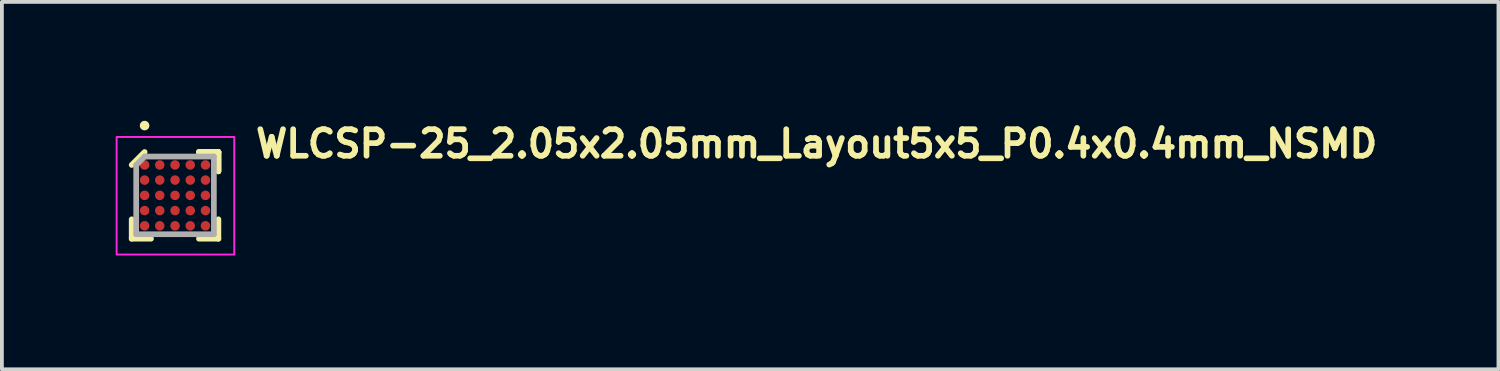
<source format=kicad_pcb>
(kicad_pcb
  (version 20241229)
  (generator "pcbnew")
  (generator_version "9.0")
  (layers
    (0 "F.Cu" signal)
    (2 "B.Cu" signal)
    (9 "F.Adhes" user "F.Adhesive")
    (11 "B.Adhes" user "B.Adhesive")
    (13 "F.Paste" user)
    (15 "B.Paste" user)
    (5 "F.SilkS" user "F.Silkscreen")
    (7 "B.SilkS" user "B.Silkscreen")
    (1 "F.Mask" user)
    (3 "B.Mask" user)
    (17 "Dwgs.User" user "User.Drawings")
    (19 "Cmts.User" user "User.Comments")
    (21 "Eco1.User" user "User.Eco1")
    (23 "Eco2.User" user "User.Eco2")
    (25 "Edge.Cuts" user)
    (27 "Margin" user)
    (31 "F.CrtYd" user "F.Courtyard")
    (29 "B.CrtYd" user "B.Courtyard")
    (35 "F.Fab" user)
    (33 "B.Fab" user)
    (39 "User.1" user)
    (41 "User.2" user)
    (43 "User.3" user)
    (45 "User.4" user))
  (footprint "WLCSP-25_2.05x2.05mm_Layout5x5_P0.4x0.4mm_NSMD"
    (layer "F.Cu")
    (at 1.576 2.112)
    (property "Reference" "WLCSP-25_2.05x2.05mm_Layout5x5_P0.4x0.4mm_NSMD" (at 2.038 -0.962 0) (layer "F.SilkS") (effects (font (size 0.7 0.7) (thickness 0.15)) (justify left bottom)))
    (attr smd)
    (fp_line (start -1.154 1.132) (end -1.154 0.62) (stroke (width 0.15) (type solid)) (layer "F.SilkS"))
    (fp_line (start -0.813 -1.154) (end -1.154 -0.813) (stroke (width 0.15) (type solid)) (layer "F.SilkS"))
    (fp_line (start -0.645 1.132) (end -1.154 1.132) (stroke (width 0.15) (type solid)) (layer "F.SilkS"))
    (fp_line (start 0.62 -1.154) (end 1.132 -1.154) (stroke (width 0.15) (type solid)) (layer "F.SilkS"))
    (fp_line (start 0.62 -1.154) (end 1.132 -1.154) (stroke (width 0.15) (type solid)) (layer "F.SilkS"))
    (fp_line (start 0.62 -1.154) (end 1.132 -1.154) (stroke (width 0.15) (type solid)) (layer "F.SilkS"))
    (fp_line (start 0.62 1.132) (end 1.132 1.132) (stroke (width 0.15) (type solid)) (layer "F.SilkS"))
    (fp_line (start 1.132 -1.154) (end 1.132 -0.645) (stroke (width 0.15) (type solid)) (layer "F.SilkS"))
    (fp_line (start 1.132 -1.154) (end 1.132 -0.645) (stroke (width 0.15) (type solid)) (layer "F.SilkS"))
    (fp_line (start 1.132 -1.154) (end 1.132 -0.645) (stroke (width 0.15) (type solid)) (layer "F.SilkS"))
    (fp_line (start 1.132 1.132) (end 1.132 0.62) (stroke (width 0.15) (type solid)) (layer "F.SilkS"))
    (fp_circle (center -0.814 -1.851) (end -0.763 -1.851) (stroke (width 0.15) (type solid)) (fill yes) (layer "F.SilkS"))
    (fp_rect (start -1.551 -1.551) (end 1.55 1.55) (stroke (width 0.05) (type solid)) (fill no) (layer "F.CrtYd"))
    (fp_line (start -1.035 -0.813) (end -1.035 1.013) (stroke (width 0.15) (type solid)) (layer "F.Fab"))
    (fp_line (start -1.035 1.013) (end 1.013 1.013) (stroke (width 0.15) (type solid)) (layer "F.Fab"))
    (fp_line (start -0.813 -1.035) (end -1.035 -0.813) (stroke (width 0.15) (type solid)) (layer "F.Fab"))
    (fp_line (start 1.013 -1.035) (end -0.813 -1.035) (stroke (width 0.15) (type solid)) (layer "F.Fab"))
    (fp_line (start 1.013 1.013) (end 1.013 -1.035) (stroke (width 0.15) (type solid)) (layer "F.Fab"))
    (fp_rect (start -1.051 -1.051) (end 1.05 1.05) (stroke (width 0.1) (type solid)) (fill no) (layer "User.5"))
    (fp_rect (start -1.051 -1.051) (end 1.05 1.05) (stroke (width 0.1) (type solid)) (fill no) (layer "User.5"))
    (fp_line (start -1.051 -1.051) (end -1.051 1.05) (stroke (width 0.02) (type solid)) (layer "User.9"))
    (fp_line (start -1.051 -1.051) (end 1.05 -1.051) (stroke (width 0.02) (type solid)) (layer "User.9"))
    (fp_line (start -1.051 1.05) (end 1.05 1.05) (stroke (width 0.02) (type solid)) (layer "User.9"))
    (fp_line (start -0.951 -0.817) (end -0.951 -0.809) (stroke (width 0.02) (type solid)) (layer "User.9"))
    (fp_line (start -0.951 -0.809) (end -0.951 -0.802) (stroke (width 0.02) (type solid)) (layer "User.9"))
    (fp_line (start -0.951 -0.802) (end -0.951 -0.802) (stroke (width 0.02) (type solid)) (layer "User.9"))
    (fp_line (start -0.951 -0.802) (end -0.951 -0.802) (stroke (width 0.02) (type solid)) (layer "User.9"))
    (fp_line (start -0.951 -0.802) (end -0.951 -0.794) (stroke (width 0.02) (type solid)) (layer "User.9"))
    (fp_line (start -0.951 -0.794) (end -0.951 -0.786) (stroke (width 0.02) (type solid)) (layer "User.9"))
    (fp_line (start -0.951 -0.786) (end -0.95 -0.779) (stroke (width 0.02) (type solid)) (layer "User.9"))
    (fp_line (start -0.95 -0.824) (end -0.951 -0.817) (stroke (width 0.02) (type solid)) (layer "User.9"))
    (fp_line (start -0.95 -0.779) (end -0.948 -0.771) (stroke (width 0.02) (type solid)) (layer "User.9"))
    (fp_line (start -0.948 -0.832) (end -0.95 -0.824) (stroke (width 0.02) (type solid)) (layer "User.9"))
    (fp_line (start -0.948 -0.771) (end -0.947 -0.763) (stroke (width 0.02) (type solid)) (layer "User.9"))
    (fp_line (start -0.947 -0.838) (end -0.948 -0.832) (stroke (width 0.02) (type solid)) (layer "User.9"))
    (fp_line (start -0.947 -0.763) (end -0.945 -0.756) (stroke (width 0.02) (type solid)) (layer "User.9"))
    (fp_line (start -0.945 -0.845) (end -0.947 -0.838) (stroke (width 0.02) (type solid)) (layer "User.9"))
    (fp_line (start -0.945 -0.756) (end -0.942 -0.749) (stroke (width 0.02) (type solid)) (layer "User.9"))
    (fp_line (start -0.942 -0.852) (end -0.945 -0.845) (stroke (width 0.02) (type solid)) (layer "User.9"))
    (fp_line (start -0.942 -0.749) (end -0.94 -0.742) (stroke (width 0.02) (type solid)) (layer "User.9"))
    (fp_line (start -0.94 -0.859) (end -0.942 -0.852) (stroke (width 0.02) (type solid)) (layer "User.9"))
    (fp_line (start -0.94 -0.742) (end -0.937 -0.735) (stroke (width 0.02) (type solid)) (layer "User.9"))
    (fp_line (start -0.937 -0.866) (end -0.94 -0.859) (stroke (width 0.02) (type solid)) (layer "User.9"))
    (fp_line (start -0.937 -0.735) (end -0.933 -0.729) (stroke (width 0.02) (type solid)) (layer "User.9"))
    (fp_line (start -0.933 -0.872) (end -0.937 -0.866) (stroke (width 0.02) (type solid)) (layer "User.9"))
    (fp_line (start -0.933 -0.729) (end -0.93 -0.723) (stroke (width 0.02) (type solid)) (layer "User.9"))
    (fp_line (start -0.93 -0.878) (end -0.933 -0.872) (stroke (width 0.02) (type solid)) (layer "User.9"))
    (fp_line (start -0.93 -0.723) (end -0.926 -0.717) (stroke (width 0.02) (type solid)) (layer "User.9"))
    (fp_line (start -0.926 -0.884) (end -0.93 -0.878) (stroke (width 0.02) (type solid)) (layer "User.9"))
    (fp_line (start -0.926 -0.717) (end -0.922 -0.711) (stroke (width 0.02) (type solid)) (layer "User.9"))
    (fp_line (start -0.922 -0.89) (end -0.926 -0.884) (stroke (width 0.02) (type solid)) (layer "User.9"))
    (fp_line (start -0.922 -0.711) (end -0.917 -0.705) (stroke (width 0.02) (type solid)) (layer "User.9"))
    (fp_line (start -0.917 -0.896) (end -0.922 -0.89) (stroke (width 0.02) (type solid)) (layer "User.9"))
    (fp_line (start -0.917 -0.705) (end -0.913 -0.701) (stroke (width 0.02) (type solid)) (layer "User.9"))
    (fp_line (start -0.913 -0.902) (end -0.917 -0.896) (stroke (width 0.02) (type solid)) (layer "User.9"))
    (fp_line (start -0.913 -0.701) (end -0.908 -0.695) (stroke (width 0.02) (type solid)) (layer "User.9"))
    (fp_line (start -0.908 -0.908) (end -0.913 -0.902) (stroke (width 0.02) (type solid)) (layer "User.9"))
    (fp_line (start -0.908 -0.695) (end -0.902 -0.69) (stroke (width 0.02) (type solid)) (layer "User.9"))
    (fp_line (start -0.902 -0.913) (end -0.908 -0.908) (stroke (width 0.02) (type solid)) (layer "User.9"))
    (fp_line (start -0.902 -0.69) (end -0.896 -0.686) (stroke (width 0.02) (type solid)) (layer "User.9"))
    (fp_line (start -0.896 -0.917) (end -0.902 -0.913) (stroke (width 0.02) (type solid)) (layer "User.9"))
    (fp_line (start -0.896 -0.686) (end -0.89 -0.681) (stroke (width 0.02) (type solid)) (layer "User.9"))
    (fp_line (start -0.89 -0.922) (end -0.896 -0.917) (stroke (width 0.02) (type solid)) (layer "User.9"))
    (fp_line (start -0.89 -0.681) (end -0.884 -0.677) (stroke (width 0.02) (type solid)) (layer "User.9"))
    (fp_line (start -0.884 -0.926) (end -0.89 -0.922) (stroke (width 0.02) (type solid)) (layer "User.9"))
    (fp_line (start -0.884 -0.677) (end -0.878 -0.673) (stroke (width 0.02) (type solid)) (layer "User.9"))
    (fp_line (start -0.878 -0.93) (end -0.884 -0.926) (stroke (width 0.02) (type solid)) (layer "User.9"))
    (fp_line (start -0.878 -0.673) (end -0.872 -0.67) (stroke (width 0.02) (type solid)) (layer "User.9"))
    (fp_line (start -0.872 -0.933) (end -0.878 -0.93) (stroke (width 0.02) (type solid)) (layer "User.9"))
    (fp_line (start -0.872 -0.67) (end -0.866 -0.666) (stroke (width 0.02) (type solid)) (layer "User.9"))
    (fp_line (start -0.866 -0.937) (end -0.872 -0.933) (stroke (width 0.02) (type solid)) (layer "User.9"))
    (fp_line (start -0.866 -0.666) (end -0.859 -0.663) (stroke (width 0.02) (type solid)) (layer "User.9"))
    (fp_line (start -0.859 -0.94) (end -0.866 -0.937) (stroke (width 0.02) (type solid)) (layer "User.9"))
    (fp_line (start -0.859 -0.663) (end -0.852 -0.661) (stroke (width 0.02) (type solid)) (layer "User.9"))
    (fp_line (start -0.852 -0.942) (end -0.859 -0.94) (stroke (width 0.02) (type solid)) (layer "User.9"))
    (fp_line (start -0.852 -0.661) (end -0.845 -0.658) (stroke (width 0.02) (type solid)) (layer "User.9"))
    (fp_line (start -0.845 -0.945) (end -0.852 -0.942) (stroke (width 0.02) (type solid)) (layer "User.9"))
    (fp_line (start -0.845 -0.658) (end -0.838 -0.656) (stroke (width 0.02) (type solid)) (layer "User.9"))
    (fp_line (start -0.838 -0.947) (end -0.845 -0.945) (stroke (width 0.02) (type solid)) (layer "User.9"))
    (fp_line (start -0.838 -0.656) (end -0.832 -0.655) (stroke (width 0.02) (type solid)) (layer "User.9"))
    (fp_line (start -0.832 -0.948) (end -0.838 -0.947) (stroke (width 0.02) (type solid)) (layer "User.9"))
    (fp_line (start -0.832 -0.655) (end -0.824 -0.653) (stroke (width 0.02) (type solid)) (layer "User.9"))
    (fp_line (start -0.824 -0.95) (end -0.832 -0.948) (stroke (width 0.02) (type solid)) (layer "User.9"))
    (fp_line (start -0.824 -0.653) (end -0.817 -0.652) (stroke (width 0.02) (type solid)) (layer "User.9"))
    (fp_line (start -0.817 -0.951) (end -0.824 -0.95) (stroke (width 0.02) (type solid)) (layer "User.9"))
    (fp_line (start -0.817 -0.652) (end -0.809 -0.652) (stroke (width 0.02) (type solid)) (layer "User.9"))
    (fp_line (start -0.809 -0.951) (end -0.817 -0.951) (stroke (width 0.02) (type solid)) (layer "User.9"))
    (fp_line (start -0.809 -0.652) (end -0.802 -0.652) (stroke (width 0.02) (type solid)) (layer "User.9"))
    (fp_line (start -0.802 -0.951) (end -0.809 -0.951) (stroke (width 0.02) (type solid)) (layer "User.9"))
    (fp_line (start -0.802 -0.951) (end -0.802 -0.951) (stroke (width 0.02) (type solid)) (layer "User.9"))
    (fp_line (start -0.802 -0.652) (end -0.802 -0.652) (stroke (width 0.02) (type solid)) (layer "User.9"))
    (fp_line (start -0.802 -0.652) (end -0.794 -0.652) (stroke (width 0.02) (type solid)) (layer "User.9"))
    (fp_line (start -0.794 -0.951) (end -0.802 -0.951) (stroke (width 0.02) (type solid)) (layer "User.9"))
    (fp_line (start -0.794 -0.652) (end -0.786 -0.652) (stroke (width 0.02) (type solid)) (layer "User.9"))
    (fp_line (start -0.786 -0.951) (end -0.794 -0.951) (stroke (width 0.02) (type solid)) (layer "User.9"))
    (fp_line (start -0.786 -0.652) (end -0.779 -0.653) (stroke (width 0.02) (type solid)) (layer "User.9"))
    (fp_line (start -0.779 -0.95) (end -0.786 -0.951) (stroke (width 0.02) (type solid)) (layer "User.9"))
    (fp_line (start -0.779 -0.653) (end -0.771 -0.655) (stroke (width 0.02) (type solid)) (layer "User.9"))
    (fp_line (start -0.771 -0.948) (end -0.779 -0.95) (stroke (width 0.02) (type solid)) (layer "User.9"))
    (fp_line (start -0.771 -0.655) (end -0.763 -0.656) (stroke (width 0.02) (type solid)) (layer "User.9"))
    (fp_line (start -0.763 -0.947) (end -0.771 -0.948) (stroke (width 0.02) (type solid)) (layer "User.9"))
    (fp_line (start -0.763 -0.656) (end -0.756 -0.658) (stroke (width 0.02) (type solid)) (layer "User.9"))
    (fp_line (start -0.756 -0.945) (end -0.763 -0.947) (stroke (width 0.02) (type solid)) (layer "User.9"))
    (fp_line (start -0.756 -0.658) (end -0.749 -0.661) (stroke (width 0.02) (type solid)) (layer "User.9"))
    (fp_line (start -0.749 -0.942) (end -0.756 -0.945) (stroke (width 0.02) (type solid)) (layer "User.9"))
    (fp_line (start -0.749 -0.661) (end -0.742 -0.663) (stroke (width 0.02) (type solid)) (layer "User.9"))
    (fp_line (start -0.742 -0.94) (end -0.749 -0.942) (stroke (width 0.02) (type solid)) (layer "User.9"))
    (fp_line (start -0.742 -0.663) (end -0.735 -0.666) (stroke (width 0.02) (type solid)) (layer "User.9"))
    (fp_line (start -0.735 -0.937) (end -0.742 -0.94) (stroke (width 0.02) (type solid)) (layer "User.9"))
    (fp_line (start -0.735 -0.666) (end -0.729 -0.67) (stroke (width 0.02) (type solid)) (layer "User.9"))
    (fp_line (start -0.729 -0.933) (end -0.735 -0.937) (stroke (width 0.02) (type solid)) (layer "User.9"))
    (fp_line (start -0.729 -0.67) (end -0.723 -0.673) (stroke (width 0.02) (type solid)) (layer "User.9"))
    (fp_line (start -0.723 -0.93) (end -0.729 -0.933) (stroke (width 0.02) (type solid)) (layer "User.9"))
    (fp_line (start -0.723 -0.673) (end -0.717 -0.677) (stroke (width 0.02) (type solid)) (layer "User.9"))
    (fp_line (start -0.717 -0.926) (end -0.723 -0.93) (stroke (width 0.02) (type solid)) (layer "User.9"))
    (fp_line (start -0.717 -0.677) (end -0.711 -0.681) (stroke (width 0.02) (type solid)) (layer "User.9"))
    (fp_line (start -0.711 -0.922) (end -0.717 -0.926) (stroke (width 0.02) (type solid)) (layer "User.9"))
    (fp_line (start -0.711 -0.681) (end -0.705 -0.686) (stroke (width 0.02) (type solid)) (layer "User.9"))
    (fp_line (start -0.705 -0.917) (end -0.711 -0.922) (stroke (width 0.02) (type solid)) (layer "User.9"))
    (fp_line (start -0.705 -0.686) (end -0.701 -0.69) (stroke (width 0.02) (type solid)) (layer "User.9"))
    (fp_line (start -0.701 -0.913) (end -0.705 -0.917) (stroke (width 0.02) (type solid)) (layer "User.9"))
    (fp_line (start -0.701 -0.69) (end -0.695 -0.695) (stroke (width 0.02) (type solid)) (layer "User.9"))
    (fp_line (start -0.695 -0.908) (end -0.701 -0.913) (stroke (width 0.02) (type solid)) (layer "User.9"))
    (fp_line (start -0.695 -0.695) (end -0.69 -0.701) (stroke (width 0.02) (type solid)) (layer "User.9"))
    (fp_line (start -0.69 -0.902) (end -0.695 -0.908) (stroke (width 0.02) (type solid)) (layer "User.9"))
    (fp_line (start -0.69 -0.701) (end -0.686 -0.705) (stroke (width 0.02) (type solid)) (layer "User.9"))
    (fp_line (start -0.686 -0.896) (end -0.69 -0.902) (stroke (width 0.02) (type solid)) (layer "User.9"))
    (fp_line (start -0.686 -0.705) (end -0.681 -0.711) (stroke (width 0.02) (type solid)) (layer "User.9"))
    (fp_line (start -0.681 -0.89) (end -0.686 -0.896) (stroke (width 0.02) (type solid)) (layer "User.9"))
    (fp_line (start -0.681 -0.711) (end -0.677 -0.717) (stroke (width 0.02) (type solid)) (layer "User.9"))
    (fp_line (start -0.677 -0.884) (end -0.681 -0.89) (stroke (width 0.02) (type solid)) (layer "User.9"))
    (fp_line (start -0.677 -0.717) (end -0.673 -0.723) (stroke (width 0.02) (type solid)) (layer "User.9"))
    (fp_line (start -0.673 -0.878) (end -0.677 -0.884) (stroke (width 0.02) (type solid)) (layer "User.9"))
    (fp_line (start -0.673 -0.723) (end -0.67 -0.729) (stroke (width 0.02) (type solid)) (layer "User.9"))
    (fp_line (start -0.67 -0.872) (end -0.673 -0.878) (stroke (width 0.02) (type solid)) (layer "User.9"))
    (fp_line (start -0.67 -0.729) (end -0.666 -0.735) (stroke (width 0.02) (type solid)) (layer "User.9"))
    (fp_line (start -0.666 -0.866) (end -0.67 -0.872) (stroke (width 0.02) (type solid)) (layer "User.9"))
    (fp_line (start -0.666 -0.735) (end -0.663 -0.742) (stroke (width 0.02) (type solid)) (layer "User.9"))
    (fp_line (start -0.663 -0.859) (end -0.666 -0.866) (stroke (width 0.02) (type solid)) (layer "User.9"))
    (fp_line (start -0.663 -0.742) (end -0.661 -0.749) (stroke (width 0.02) (type solid)) (layer "User.9"))
    (fp_line (start -0.661 -0.852) (end -0.663 -0.859) (stroke (width 0.02) (type solid)) (layer "User.9"))
    (fp_line (start -0.661 -0.749) (end -0.658 -0.756) (stroke (width 0.02) (type solid)) (layer "User.9"))
    (fp_line (start -0.658 -0.845) (end -0.661 -0.852) (stroke (width 0.02) (type solid)) (layer "User.9"))
    (fp_line (start -0.658 -0.756) (end -0.656 -0.763) (stroke (width 0.02) (type solid)) (layer "User.9"))
    (fp_line (start -0.656 -0.838) (end -0.658 -0.845) (stroke (width 0.02) (type solid)) (layer "User.9"))
    (fp_line (start -0.656 -0.763) (end -0.655 -0.771) (stroke (width 0.02) (type solid)) (layer "User.9"))
    (fp_line (start -0.655 -0.832) (end -0.656 -0.838) (stroke (width 0.02) (type solid)) (layer "User.9"))
    (fp_line (start -0.655 -0.771) (end -0.653 -0.779) (stroke (width 0.02) (type solid)) (layer "User.9"))
    (fp_line (start -0.653 -0.824) (end -0.655 -0.832) (stroke (width 0.02) (type solid)) (layer "User.9"))
    (fp_line (start -0.653 -0.779) (end -0.652 -0.786) (stroke (width 0.02) (type solid)) (layer "User.9"))
    (fp_line (start -0.652 -0.817) (end -0.653 -0.824) (stroke (width 0.02) (type solid)) (layer "User.9"))
    (fp_line (start -0.652 -0.809) (end -0.652 -0.817) (stroke (width 0.02) (type solid)) (layer "User.9"))
    (fp_line (start -0.652 -0.802) (end -0.652 -0.809) (stroke (width 0.02) (type solid)) (layer "User.9"))
    (fp_line (start -0.652 -0.802) (end -0.652 -0.802) (stroke (width 0.02) (type solid)) (layer "User.9"))
    (fp_line (start -0.652 -0.794) (end -0.652 -0.802) (stroke (width 0.02) (type solid)) (layer "User.9"))
    (fp_line (start -0.652 -0.786) (end -0.652 -0.794) (stroke (width 0.02) (type solid)) (layer "User.9"))
    (fp_line (start 1.05 -1.051) (end 1.05 1.05) (stroke (width 0.02) (type solid)) (layer "User.9"))
    (pad "A1" smd circle (at -0.813 -0.813) (size 0.25 0.25) (layers "F.Cu" "F.Mask" "F.Paste"))
    (pad "A2" smd circle (at -0.414 -0.813) (size 0.25 0.25) (layers "F.Cu" "F.Mask" "F.Paste"))
    (pad "A3" smd circle (at -0.011 -0.813) (size 0.25 0.25) (layers "F.Cu" "F.Mask" "F.Paste"))
    (pad "A4" smd circle (at 0.39 -0.813) (size 0.25 0.25) (layers "F.Cu" "F.Mask" "F.Paste"))
    (pad "A5" smd circle (at 0.791 -0.813) (size 0.25 0.25) (layers "F.Cu" "F.Mask" "F.Paste"))
    (pad "B1" smd circle (at -0.813 -0.414) (size 0.25 0.25) (layers "F.Cu" "F.Mask" "F.Paste"))
    (pad "B2" smd circle (at -0.414 -0.414) (size 0.25 0.25) (layers "F.Cu" "F.Mask" "F.Paste"))
    (pad "B3" smd circle (at -0.011 -0.414) (size 0.25 0.25) (layers "F.Cu" "F.Mask" "F.Paste"))
    (pad "B4" smd circle (at 0.39 -0.414) (size 0.25 0.25) (layers "F.Cu" "F.Mask" "F.Paste"))
    (pad "B5" smd circle (at 0.791 -0.414) (size 0.25 0.25) (layers "F.Cu" "F.Mask" "F.Paste"))
    (pad "C1" smd circle (at -0.813 -0.011) (size 0.25 0.25) (layers "F.Cu" "F.Mask" "F.Paste"))
    (pad "C2" smd circle (at -0.414 -0.011) (size 0.25 0.25) (layers "F.Cu" "F.Mask" "F.Paste"))
    (pad "C3" smd circle (at -0.011 -0.011) (size 0.25 0.25) (layers "F.Cu" "F.Mask" "F.Paste"))
    (pad "C4" smd circle (at 0.39 -0.011) (size 0.25 0.25) (layers "F.Cu" "F.Mask" "F.Paste"))
    (pad "C5" smd circle (at 0.791 -0.011) (size 0.25 0.25) (layers "F.Cu" "F.Mask" "F.Paste"))
    (pad "D1" smd circle (at -0.813 0.39) (size 0.25 0.25) (layers "F.Cu" "F.Mask" "F.Paste"))
    (pad "D2" smd circle (at -0.414 0.39) (size 0.25 0.25) (layers "F.Cu" "F.Mask" "F.Paste"))
    (pad "D3" smd circle (at -0.011 0.39) (size 0.25 0.25) (layers "F.Cu" "F.Mask" "F.Paste"))
    (pad "D4" smd circle (at 0.39 0.39) (size 0.25 0.25) (layers "F.Cu" "F.Mask" "F.Paste"))
    (pad "D5" smd circle (at 0.791 0.39) (size 0.25 0.25) (layers "F.Cu" "F.Mask" "F.Paste"))
    (pad "E1" smd circle (at -0.813 0.791) (size 0.25 0.25) (layers "F.Cu" "F.Mask" "F.Paste"))
    (pad "E2" smd circle (at -0.414 0.791) (size 0.25 0.25) (layers "F.Cu" "F.Mask" "F.Paste"))
    (pad "E3" smd circle (at -0.011 0.791) (size 0.25 0.25) (layers "F.Cu" "F.Mask" "F.Paste"))
    (pad "E4" smd circle (at 0.39 0.791) (size 0.25 0.25) (layers "F.Cu" "F.Mask" "F.Paste"))
    (pad "E5" smd circle (at 0.791 0.791) (size 0.25 0.25) (layers "F.Cu" "F.Mask" "F.Paste")))
  (gr_rect
    (start -3 -3)
    (end 36.457 6.687)
    (stroke (width 0.1) (type default))
    (fill no)
    (layer "Edge.Cuts")))
</source>
